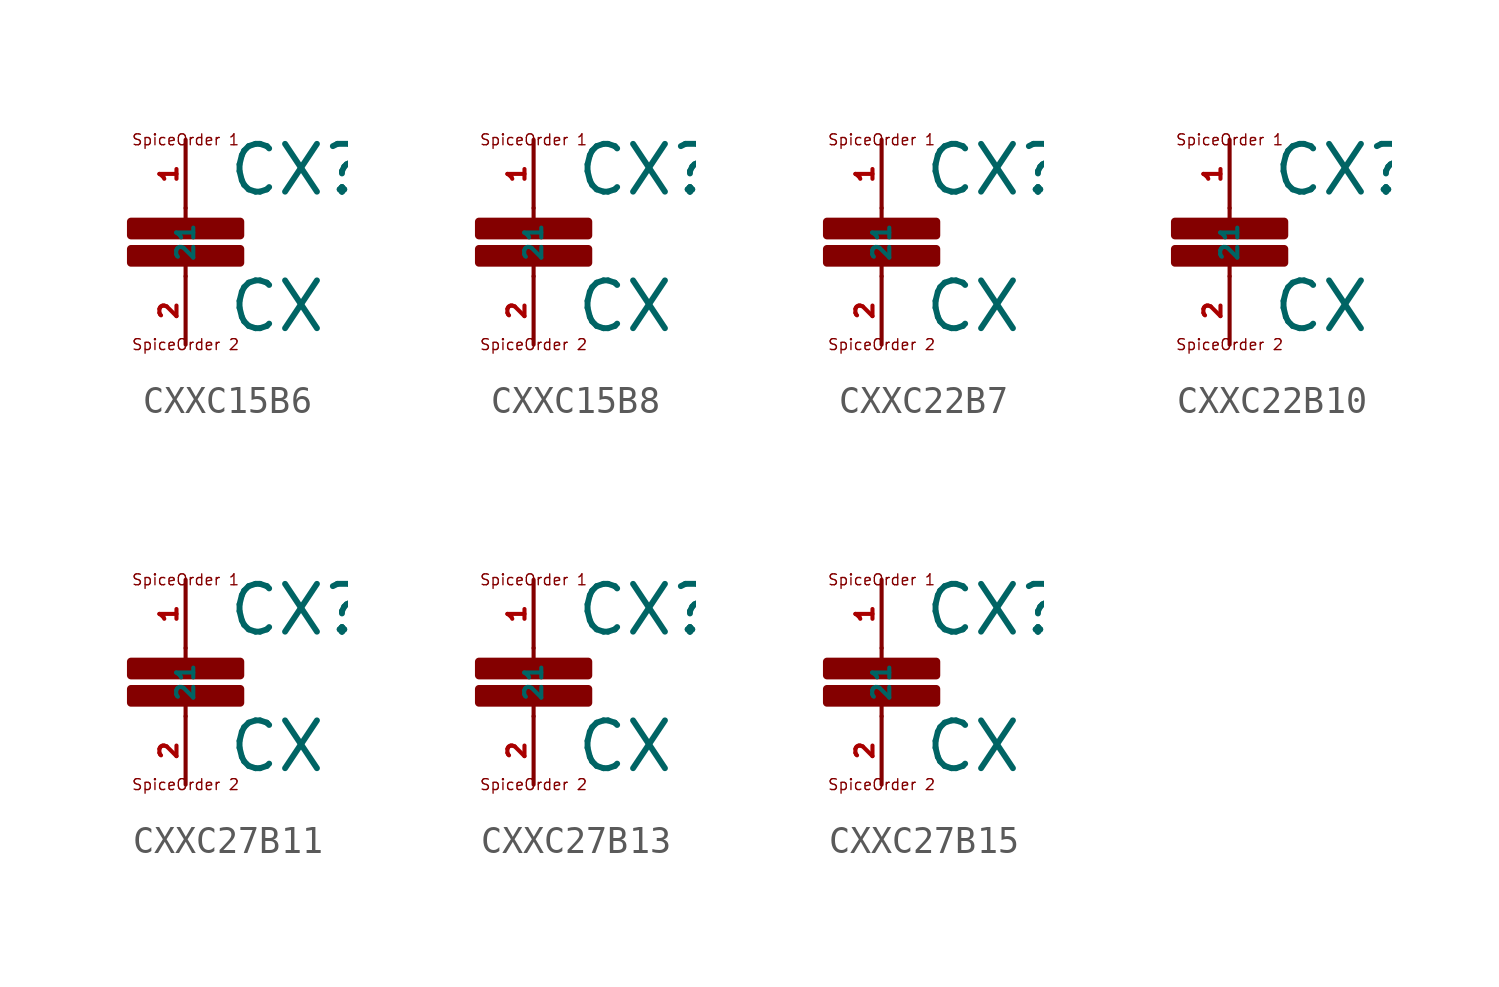
<source format=kicad_sym>
(kicad_symbol_lib
  (version 20220914)
  (generator Eagle2Kicad)
  (symbol "CXXC15B6"
    (property "Reference" "CX"
      (at 1.524 0.381 0)
      (effects (font (size 1.778 1.778) (thickness 0.22)) (justify left bottom)))
    (property "Value" "CX"
      (at 1.524 -4.699 0)
      (effects (font (size 1.778 1.778) (thickness 0.22)) (justify left bottom)))
    (polyline
      (pts (xy 0 0) (xy 0 -0.508))
      (stroke (width 0.152) (type default))
      (fill (type none)))
    (polyline
      (pts (xy 0 -2.54) (xy 0 -2.032))
      (stroke (width 0.152) (type default))
      (fill (type none)))
    (text "SpiceOrder 1"
      (at 0 2.54 0)
      (effects (font (size 0.406 0.406) (thickness 0.05))))
    (text "SpiceOrder 2"
      (at 0 -5.08 0)
      (effects (font (size 0.406 0.406) (thickness 0.05))))
    (rectangle
      (start -2.032 -2.032)
      (end 2.032 -1.524)
      (stroke (width 0.3) (type default))
      (fill (type outline)))
    (rectangle
      (start -2.032 -1.016)
      (end 2.032 -0.508)
      (stroke (width 0.3) (type default))
      (fill (type outline)))
    (pin passive line
      (at 0 2.54 270)
      (length 2.54)
      (name "1" (effects (font (size 0.635 0.635) (thickness 0.08)) (justify left bottom)))
      (number "1" (effects (font (size 0.635 0.635) (thickness 0.08)) (justify left bottom))))
    (pin passive line
      (at 0 -5.08 90)
      (length 2.54)
      (name "2" (effects (font (size 0.635 0.635) (thickness 0.08)) (justify left bottom)))
      (number "2" (effects (font (size 0.635 0.635) (thickness 0.08)) (justify left bottom)))))
  (symbol "CXXC15B8"
    (property "Reference" "CX"
      (at 1.524 0.381 0)
      (effects (font (size 1.778 1.778) (thickness 0.22)) (justify left bottom)))
    (property "Value" "CX"
      (at 1.524 -4.699 0)
      (effects (font (size 1.778 1.778) (thickness 0.22)) (justify left bottom)))
    (polyline
      (pts (xy 0 0) (xy 0 -0.508))
      (stroke (width 0.152) (type default))
      (fill (type none)))
    (polyline
      (pts (xy 0 -2.54) (xy 0 -2.032))
      (stroke (width 0.152) (type default))
      (fill (type none)))
    (text "SpiceOrder 1"
      (at 0 2.54 0)
      (effects (font (size 0.406 0.406) (thickness 0.05))))
    (text "SpiceOrder 2"
      (at 0 -5.08 0)
      (effects (font (size 0.406 0.406) (thickness 0.05))))
    (rectangle
      (start -2.032 -2.032)
      (end 2.032 -1.524)
      (stroke (width 0.3) (type default))
      (fill (type outline)))
    (rectangle
      (start -2.032 -1.016)
      (end 2.032 -0.508)
      (stroke (width 0.3) (type default))
      (fill (type outline)))
    (pin passive line
      (at 0 2.54 270)
      (length 2.54)
      (name "1" (effects (font (size 0.635 0.635) (thickness 0.08)) (justify left bottom)))
      (number "1" (effects (font (size 0.635 0.635) (thickness 0.08)) (justify left bottom))))
    (pin passive line
      (at 0 -5.08 90)
      (length 2.54)
      (name "2" (effects (font (size 0.635 0.635) (thickness 0.08)) (justify left bottom)))
      (number "2" (effects (font (size 0.635 0.635) (thickness 0.08)) (justify left bottom)))))
  (symbol "CXXC22B7"
    (property "Reference" "CX"
      (at 1.524 0.381 0)
      (effects (font (size 1.778 1.778) (thickness 0.22)) (justify left bottom)))
    (property "Value" "CX"
      (at 1.524 -4.699 0)
      (effects (font (size 1.778 1.778) (thickness 0.22)) (justify left bottom)))
    (polyline
      (pts (xy 0 0) (xy 0 -0.508))
      (stroke (width 0.152) (type default))
      (fill (type none)))
    (polyline
      (pts (xy 0 -2.54) (xy 0 -2.032))
      (stroke (width 0.152) (type default))
      (fill (type none)))
    (text "SpiceOrder 1"
      (at 0 2.54 0)
      (effects (font (size 0.406 0.406) (thickness 0.05))))
    (text "SpiceOrder 2"
      (at 0 -5.08 0)
      (effects (font (size 0.406 0.406) (thickness 0.05))))
    (rectangle
      (start -2.032 -2.032)
      (end 2.032 -1.524)
      (stroke (width 0.3) (type default))
      (fill (type outline)))
    (rectangle
      (start -2.032 -1.016)
      (end 2.032 -0.508)
      (stroke (width 0.3) (type default))
      (fill (type outline)))
    (pin passive line
      (at 0 2.54 270)
      (length 2.54)
      (name "1" (effects (font (size 0.635 0.635) (thickness 0.08)) (justify left bottom)))
      (number "1" (effects (font (size 0.635 0.635) (thickness 0.08)) (justify left bottom))))
    (pin passive line
      (at 0 -5.08 90)
      (length 2.54)
      (name "2" (effects (font (size 0.635 0.635) (thickness 0.08)) (justify left bottom)))
      (number "2" (effects (font (size 0.635 0.635) (thickness 0.08)) (justify left bottom)))))
  (symbol "CXXC22B10"
    (property "Reference" "CX"
      (at 1.524 0.381 0)
      (effects (font (size 1.778 1.778) (thickness 0.22)) (justify left bottom)))
    (property "Value" "CX"
      (at 1.524 -4.699 0)
      (effects (font (size 1.778 1.778) (thickness 0.22)) (justify left bottom)))
    (polyline
      (pts (xy 0 0) (xy 0 -0.508))
      (stroke (width 0.152) (type default))
      (fill (type none)))
    (polyline
      (pts (xy 0 -2.54) (xy 0 -2.032))
      (stroke (width 0.152) (type default))
      (fill (type none)))
    (text "SpiceOrder 1"
      (at 0 2.54 0)
      (effects (font (size 0.406 0.406) (thickness 0.05))))
    (text "SpiceOrder 2"
      (at 0 -5.08 0)
      (effects (font (size 0.406 0.406) (thickness 0.05))))
    (rectangle
      (start -2.032 -2.032)
      (end 2.032 -1.524)
      (stroke (width 0.3) (type default))
      (fill (type outline)))
    (rectangle
      (start -2.032 -1.016)
      (end 2.032 -0.508)
      (stroke (width 0.3) (type default))
      (fill (type outline)))
    (pin passive line
      (at 0 2.54 270)
      (length 2.54)
      (name "1" (effects (font (size 0.635 0.635) (thickness 0.08)) (justify left bottom)))
      (number "1" (effects (font (size 0.635 0.635) (thickness 0.08)) (justify left bottom))))
    (pin passive line
      (at 0 -5.08 90)
      (length 2.54)
      (name "2" (effects (font (size 0.635 0.635) (thickness 0.08)) (justify left bottom)))
      (number "2" (effects (font (size 0.635 0.635) (thickness 0.08)) (justify left bottom)))))
  (symbol "CXXC27B11"
    (property "Reference" "CX"
      (at 1.524 0.381 0)
      (effects (font (size 1.778 1.778) (thickness 0.22)) (justify left bottom)))
    (property "Value" "CX"
      (at 1.524 -4.699 0)
      (effects (font (size 1.778 1.778) (thickness 0.22)) (justify left bottom)))
    (polyline
      (pts (xy 0 0) (xy 0 -0.508))
      (stroke (width 0.152) (type default))
      (fill (type none)))
    (polyline
      (pts (xy 0 -2.54) (xy 0 -2.032))
      (stroke (width 0.152) (type default))
      (fill (type none)))
    (text "SpiceOrder 1"
      (at 0 2.54 0)
      (effects (font (size 0.406 0.406) (thickness 0.05))))
    (text "SpiceOrder 2"
      (at 0 -5.08 0)
      (effects (font (size 0.406 0.406) (thickness 0.05))))
    (rectangle
      (start -2.032 -2.032)
      (end 2.032 -1.524)
      (stroke (width 0.3) (type default))
      (fill (type outline)))
    (rectangle
      (start -2.032 -1.016)
      (end 2.032 -0.508)
      (stroke (width 0.3) (type default))
      (fill (type outline)))
    (pin passive line
      (at 0 2.54 270)
      (length 2.54)
      (name "1" (effects (font (size 0.635 0.635) (thickness 0.08)) (justify left bottom)))
      (number "1" (effects (font (size 0.635 0.635) (thickness 0.08)) (justify left bottom))))
    (pin passive line
      (at 0 -5.08 90)
      (length 2.54)
      (name "2" (effects (font (size 0.635 0.635) (thickness 0.08)) (justify left bottom)))
      (number "2" (effects (font (size 0.635 0.635) (thickness 0.08)) (justify left bottom)))))
  (symbol "CXXC27B13"
    (property "Reference" "CX"
      (at 1.524 0.381 0)
      (effects (font (size 1.778 1.778) (thickness 0.22)) (justify left bottom)))
    (property "Value" "CX"
      (at 1.524 -4.699 0)
      (effects (font (size 1.778 1.778) (thickness 0.22)) (justify left bottom)))
    (polyline
      (pts (xy 0 0) (xy 0 -0.508))
      (stroke (width 0.152) (type default))
      (fill (type none)))
    (polyline
      (pts (xy 0 -2.54) (xy 0 -2.032))
      (stroke (width 0.152) (type default))
      (fill (type none)))
    (text "SpiceOrder 1"
      (at 0 2.54 0)
      (effects (font (size 0.406 0.406) (thickness 0.05))))
    (text "SpiceOrder 2"
      (at 0 -5.08 0)
      (effects (font (size 0.406 0.406) (thickness 0.05))))
    (rectangle
      (start -2.032 -2.032)
      (end 2.032 -1.524)
      (stroke (width 0.3) (type default))
      (fill (type outline)))
    (rectangle
      (start -2.032 -1.016)
      (end 2.032 -0.508)
      (stroke (width 0.3) (type default))
      (fill (type outline)))
    (pin passive line
      (at 0 2.54 270)
      (length 2.54)
      (name "1" (effects (font (size 0.635 0.635) (thickness 0.08)) (justify left bottom)))
      (number "1" (effects (font (size 0.635 0.635) (thickness 0.08)) (justify left bottom))))
    (pin passive line
      (at 0 -5.08 90)
      (length 2.54)
      (name "2" (effects (font (size 0.635 0.635) (thickness 0.08)) (justify left bottom)))
      (number "2" (effects (font (size 0.635 0.635) (thickness 0.08)) (justify left bottom)))))
  (symbol "CXXC27B15"
    (property "Reference" "CX"
      (at 1.524 0.381 0)
      (effects (font (size 1.778 1.778) (thickness 0.22)) (justify left bottom)))
    (property "Value" "CX"
      (at 1.524 -4.699 0)
      (effects (font (size 1.778 1.778) (thickness 0.22)) (justify left bottom)))
    (polyline
      (pts (xy 0 0) (xy 0 -0.508))
      (stroke (width 0.152) (type default))
      (fill (type none)))
    (polyline
      (pts (xy 0 -2.54) (xy 0 -2.032))
      (stroke (width 0.152) (type default))
      (fill (type none)))
    (text "SpiceOrder 1"
      (at 0 2.54 0)
      (effects (font (size 0.406 0.406) (thickness 0.05))))
    (text "SpiceOrder 2"
      (at 0 -5.08 0)
      (effects (font (size 0.406 0.406) (thickness 0.05))))
    (rectangle
      (start -2.032 -2.032)
      (end 2.032 -1.524)
      (stroke (width 0.3) (type default))
      (fill (type outline)))
    (rectangle
      (start -2.032 -1.016)
      (end 2.032 -0.508)
      (stroke (width 0.3) (type default))
      (fill (type outline)))
    (pin passive line
      (at 0 2.54 270)
      (length 2.54)
      (name "1" (effects (font (size 0.635 0.635) (thickness 0.08)) (justify left bottom)))
      (number "1" (effects (font (size 0.635 0.635) (thickness 0.08)) (justify left bottom))))
    (pin passive line
      (at 0 -5.08 90)
      (length 2.54)
      (name "2" (effects (font (size 0.635 0.635) (thickness 0.08)) (justify left bottom)))
      (number "2" (effects (font (size 0.635 0.635) (thickness 0.08)) (justify left bottom))))))
</source>
